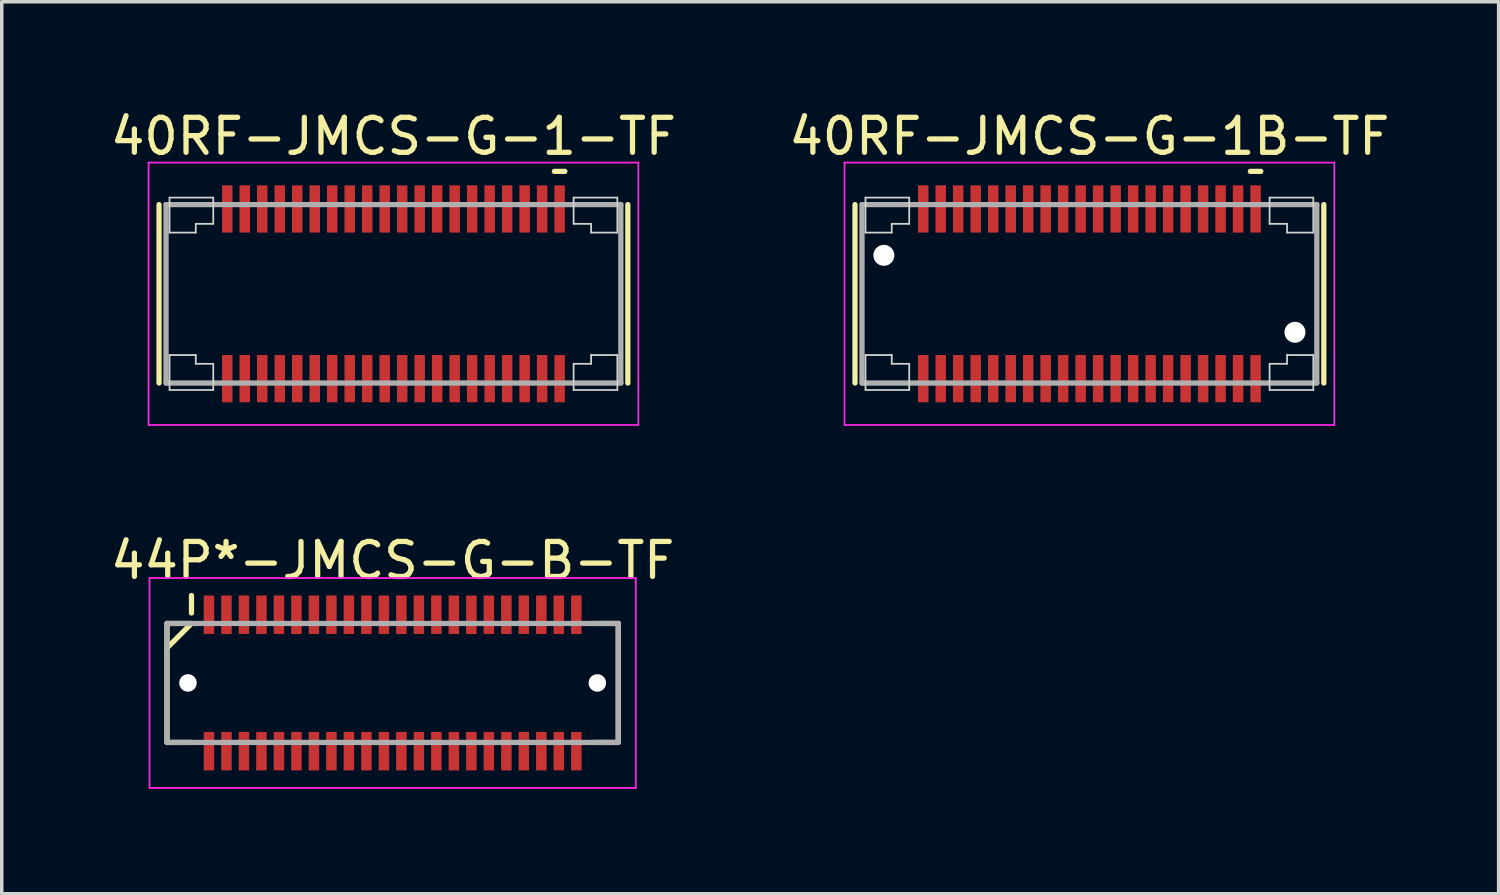
<source format=kicad_pcb>
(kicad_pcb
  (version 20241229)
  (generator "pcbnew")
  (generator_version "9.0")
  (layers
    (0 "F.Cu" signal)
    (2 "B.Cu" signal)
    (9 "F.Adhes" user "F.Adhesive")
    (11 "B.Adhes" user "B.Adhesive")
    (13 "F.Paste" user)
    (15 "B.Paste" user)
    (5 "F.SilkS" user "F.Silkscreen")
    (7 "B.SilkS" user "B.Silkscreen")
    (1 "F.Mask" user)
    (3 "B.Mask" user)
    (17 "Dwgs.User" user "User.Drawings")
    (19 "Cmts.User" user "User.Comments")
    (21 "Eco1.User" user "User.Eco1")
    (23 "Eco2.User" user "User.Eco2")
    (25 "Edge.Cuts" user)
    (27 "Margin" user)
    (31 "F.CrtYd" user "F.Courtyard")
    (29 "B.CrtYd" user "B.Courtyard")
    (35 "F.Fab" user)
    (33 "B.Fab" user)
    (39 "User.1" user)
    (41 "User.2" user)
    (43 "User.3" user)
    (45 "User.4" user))
  (footprint "40RF-JMCS-G-1-TF"
    (layer "F.Cu")
    (at 8.196 5.348)
    (property "Reference" "40RF-JMCS-G-1-TF" (at 0 -4.5 0) (layer "F.SilkS") (effects (font (size 1 1) (thickness 0.15))))
    (attr smd)
    (fp_line (start -6.7 -2.55) (end -6.7 2.55) (stroke (width 0.15) (type solid)) (layer "F.SilkS"))
    (fp_line (start 4.6 -3.5) (end 4.9 -3.5) (stroke (width 0.15) (type solid)) (layer "F.SilkS"))
    (fp_line (start 6.7 -2.55) (end 6.7 2.55) (stroke (width 0.15) (type solid)) (layer "F.SilkS"))
    (fp_line (start -6.4 -2.75) (end -6.4 -1.75) (stroke (width 0.05) (type solid)) (layer "Edge.Cuts"))
    (fp_line (start -6.4 -2.75) (end -5.15 -2.75) (stroke (width 0.05) (type solid)) (layer "Edge.Cuts"))
    (fp_line (start -6.4 -1.75) (end -5.65 -1.75) (stroke (width 0.05) (type solid)) (layer "Edge.Cuts"))
    (fp_line (start -6.4 1.75) (end -5.65 1.75) (stroke (width 0.05) (type solid)) (layer "Edge.Cuts"))
    (fp_line (start -6.4 2.75) (end -6.4 1.75) (stroke (width 0.05) (type solid)) (layer "Edge.Cuts"))
    (fp_line (start -6.4 2.75) (end -5.15 2.75) (stroke (width 0.05) (type solid)) (layer "Edge.Cuts"))
    (fp_line (start -5.65 -2) (end -5.65 -1.75) (stroke (width 0.05) (type solid)) (layer "Edge.Cuts"))
    (fp_line (start -5.65 -2) (end -5.15 -2) (stroke (width 0.05) (type solid)) (layer "Edge.Cuts"))
    (fp_line (start -5.65 2) (end -5.65 1.75) (stroke (width 0.05) (type solid)) (layer "Edge.Cuts"))
    (fp_line (start -5.65 2) (end -5.15 2) (stroke (width 0.05) (type solid)) (layer "Edge.Cuts"))
    (fp_line (start -5.15 -2.75) (end -5.15 -2) (stroke (width 0.05) (type solid)) (layer "Edge.Cuts"))
    (fp_line (start -5.15 2.75) (end -5.15 2) (stroke (width 0.05) (type solid)) (layer "Edge.Cuts"))
    (fp_line (start 5.15 -2.75) (end 5.15 -2) (stroke (width 0.05) (type solid)) (layer "Edge.Cuts"))
    (fp_line (start 5.15 2.75) (end 5.15 2) (stroke (width 0.05) (type solid)) (layer "Edge.Cuts"))
    (fp_line (start 5.65 -2) (end 5.15 -2) (stroke (width 0.05) (type solid)) (layer "Edge.Cuts"))
    (fp_line (start 5.65 -2) (end 5.65 -1.75) (stroke (width 0.05) (type solid)) (layer "Edge.Cuts"))
    (fp_line (start 5.65 2) (end 5.15 2) (stroke (width 0.05) (type solid)) (layer "Edge.Cuts"))
    (fp_line (start 5.65 2) (end 5.65 1.75) (stroke (width 0.05) (type solid)) (layer "Edge.Cuts"))
    (fp_line (start 6.4 -2.75) (end 5.15 -2.75) (stroke (width 0.05) (type solid)) (layer "Edge.Cuts"))
    (fp_line (start 6.4 -2.75) (end 6.4 -1.75) (stroke (width 0.05) (type solid)) (layer "Edge.Cuts"))
    (fp_line (start 6.4 -1.75) (end 5.65 -1.75) (stroke (width 0.05) (type solid)) (layer "Edge.Cuts"))
    (fp_line (start 6.4 1.75) (end 5.65 1.75) (stroke (width 0.05) (type solid)) (layer "Edge.Cuts"))
    (fp_line (start 6.4 2.75) (end 5.15 2.75) (stroke (width 0.05) (type solid)) (layer "Edge.Cuts"))
    (fp_line (start 6.4 2.75) (end 6.4 1.75) (stroke (width 0.05) (type solid)) (layer "Edge.Cuts"))
    (fp_line (start -7 -3.75) (end -7 3.75) (stroke (width 0.05) (type solid)) (layer "F.CrtYd"))
    (fp_line (start -7 -3.75) (end 7 -3.75) (stroke (width 0.05) (type solid)) (layer "F.CrtYd"))
    (fp_line (start -7 3.75) (end 7 3.75) (stroke (width 0.05) (type solid)) (layer "F.CrtYd"))
    (fp_line (start 7 -3.75) (end 7 3.75) (stroke (width 0.05) (type solid)) (layer "F.CrtYd"))
    (fp_line (start -6.5 -2.55) (end -6.5 2.55) (stroke (width 0.15) (type solid)) (layer "F.Fab"))
    (fp_line (start -6.5 -2.55) (end 6.5 -2.55) (stroke (width 0.15) (type solid)) (layer "F.Fab"))
    (fp_line (start -6.5 2.55) (end 6.5 2.55) (stroke (width 0.15) (type solid)) (layer "F.Fab"))
    (fp_line (start 6.5 -2.55) (end 6.5 2.55) (stroke (width 0.15) (type solid)) (layer "F.Fab"))
    (pad "1" smd rect (at 4.75 -2.425) (size 0.3 1.35) (layers "F.Cu" "F.Mask" "F.Paste"))
    (pad "2" smd rect (at 4.75 2.425) (size 0.3 1.35) (layers "F.Cu" "F.Mask" "F.Paste"))
    (pad "3" smd rect (at 4.25 -2.425) (size 0.3 1.35) (layers "F.Cu" "F.Mask" "F.Paste"))
    (pad "4" smd rect (at 4.25 2.425) (size 0.3 1.35) (layers "F.Cu" "F.Mask" "F.Paste"))
    (pad "5" smd rect (at 3.75 -2.425) (size 0.3 1.35) (layers "F.Cu" "F.Mask" "F.Paste"))
    (pad "6" smd rect (at 3.75 2.425) (size 0.3 1.35) (layers "F.Cu" "F.Mask" "F.Paste"))
    (pad "7" smd rect (at 3.25 -2.425) (size 0.3 1.35) (layers "F.Cu" "F.Mask" "F.Paste"))
    (pad "8" smd rect (at 3.25 2.425) (size 0.3 1.35) (layers "F.Cu" "F.Mask" "F.Paste"))
    (pad "9" smd rect (at 2.75 -2.425) (size 0.3 1.35) (layers "F.Cu" "F.Mask" "F.Paste"))
    (pad "10" smd rect (at 2.75 2.425) (size 0.3 1.35) (layers "F.Cu" "F.Mask" "F.Paste"))
    (pad "11" smd rect (at 2.25 -2.425) (size 0.3 1.35) (layers "F.Cu" "F.Mask" "F.Paste"))
    (pad "12" smd rect (at 2.25 2.425) (size 0.3 1.35) (layers "F.Cu" "F.Mask" "F.Paste"))
    (pad "13" smd rect (at 1.75 -2.425) (size 0.3 1.35) (layers "F.Cu" "F.Mask" "F.Paste"))
    (pad "14" smd rect (at 1.75 2.425) (size 0.3 1.35) (layers "F.Cu" "F.Mask" "F.Paste"))
    (pad "15" smd rect (at 1.25 -2.425) (size 0.3 1.35) (layers "F.Cu" "F.Mask" "F.Paste"))
    (pad "16" smd rect (at 1.25 2.425) (size 0.3 1.35) (layers "F.Cu" "F.Mask" "F.Paste"))
    (pad "17" smd rect (at 0.75 -2.425) (size 0.3 1.35) (layers "F.Cu" "F.Mask" "F.Paste"))
    (pad "18" smd rect (at 0.75 2.425) (size 0.3 1.35) (layers "F.Cu" "F.Mask" "F.Paste"))
    (pad "19" smd rect (at 0.25 -2.425) (size 0.3 1.35) (layers "F.Cu" "F.Mask" "F.Paste"))
    (pad "20" smd rect (at 0.25 2.425) (size 0.3 1.35) (layers "F.Cu" "F.Mask" "F.Paste"))
    (pad "21" smd rect (at -0.25 -2.425) (size 0.3 1.35) (layers "F.Cu" "F.Mask" "F.Paste"))
    (pad "22" smd rect (at -0.25 2.425) (size 0.3 1.35) (layers "F.Cu" "F.Mask" "F.Paste"))
    (pad "23" smd rect (at -0.75 -2.425) (size 0.3 1.35) (layers "F.Cu" "F.Mask" "F.Paste"))
    (pad "24" smd rect (at -0.75 2.425) (size 0.3 1.35) (layers "F.Cu" "F.Mask" "F.Paste"))
    (pad "25" smd rect (at -1.25 -2.425) (size 0.3 1.35) (layers "F.Cu" "F.Mask" "F.Paste"))
    (pad "26" smd rect (at -1.25 2.425) (size 0.3 1.35) (layers "F.Cu" "F.Mask" "F.Paste"))
    (pad "27" smd rect (at -1.75 -2.425) (size 0.3 1.35) (layers "F.Cu" "F.Mask" "F.Paste"))
    (pad "28" smd rect (at -1.75 2.425) (size 0.3 1.35) (layers "F.Cu" "F.Mask" "F.Paste"))
    (pad "29" smd rect (at -2.25 -2.425) (size 0.3 1.35) (layers "F.Cu" "F.Mask" "F.Paste"))
    (pad "30" smd rect (at -2.25 2.425) (size 0.3 1.35) (layers "F.Cu" "F.Mask" "F.Paste"))
    (pad "31" smd rect (at -2.75 -2.425) (size 0.3 1.35) (layers "F.Cu" "F.Mask" "F.Paste"))
    (pad "32" smd rect (at -2.75 2.425) (size 0.3 1.35) (layers "F.Cu" "F.Mask" "F.Paste"))
    (pad "33" smd rect (at -3.25 -2.425) (size 0.3 1.35) (layers "F.Cu" "F.Mask" "F.Paste"))
    (pad "34" smd rect (at -3.25 2.425) (size 0.3 1.35) (layers "F.Cu" "F.Mask" "F.Paste"))
    (pad "35" smd rect (at -3.75 -2.425) (size 0.3 1.35) (layers "F.Cu" "F.Mask" "F.Paste"))
    (pad "36" smd rect (at -3.75 2.425) (size 0.3 1.35) (layers "F.Cu" "F.Mask" "F.Paste"))
    (pad "37" smd rect (at -4.25 -2.425) (size 0.3 1.35) (layers "F.Cu" "F.Mask" "F.Paste"))
    (pad "38" smd rect (at -4.25 2.425) (size 0.3 1.35) (layers "F.Cu" "F.Mask" "F.Paste"))
    (pad "39" smd rect (at -4.75 -2.425) (size 0.3 1.35) (layers "F.Cu" "F.Mask" "F.Paste"))
    (pad "40" smd rect (at -4.75 2.425) (size 0.3 1.35) (layers "F.Cu" "F.Mask" "F.Paste")))
  (footprint "40RF-JMCS-G-1B-TF"
    (layer "F.Cu")
    (at 28.089 5.348)
    (property "Reference" "40RF-JMCS-G-1B-TF" (at 0 -4.5 0) (layer "F.SilkS") (effects (font (size 1 1) (thickness 0.15))))
    (attr smd)
    (fp_line (start -6.7 -2.55) (end -6.7 2.55) (stroke (width 0.15) (type solid)) (layer "F.SilkS"))
    (fp_line (start 4.6 -3.5) (end 4.9 -3.5) (stroke (width 0.15) (type solid)) (layer "F.SilkS"))
    (fp_line (start 6.7 -2.55) (end 6.7 2.55) (stroke (width 0.15) (type solid)) (layer "F.SilkS"))
    (fp_line (start -6.4 -2.75) (end -6.4 -1.75) (stroke (width 0.05) (type solid)) (layer "Edge.Cuts"))
    (fp_line (start -6.4 -2.75) (end -5.15 -2.75) (stroke (width 0.05) (type solid)) (layer "Edge.Cuts"))
    (fp_line (start -6.4 -1.75) (end -5.65 -1.75) (stroke (width 0.05) (type solid)) (layer "Edge.Cuts"))
    (fp_line (start -6.4 1.75) (end -5.65 1.75) (stroke (width 0.05) (type solid)) (layer "Edge.Cuts"))
    (fp_line (start -6.4 2.75) (end -6.4 1.75) (stroke (width 0.05) (type solid)) (layer "Edge.Cuts"))
    (fp_line (start -6.4 2.75) (end -5.15 2.75) (stroke (width 0.05) (type solid)) (layer "Edge.Cuts"))
    (fp_line (start -5.65 -2) (end -5.65 -1.75) (stroke (width 0.05) (type solid)) (layer "Edge.Cuts"))
    (fp_line (start -5.65 -2) (end -5.15 -2) (stroke (width 0.05) (type solid)) (layer "Edge.Cuts"))
    (fp_line (start -5.65 2) (end -5.65 1.75) (stroke (width 0.05) (type solid)) (layer "Edge.Cuts"))
    (fp_line (start -5.65 2) (end -5.15 2) (stroke (width 0.05) (type solid)) (layer "Edge.Cuts"))
    (fp_line (start -5.15 -2.75) (end -5.15 -2) (stroke (width 0.05) (type solid)) (layer "Edge.Cuts"))
    (fp_line (start -5.15 2.75) (end -5.15 2) (stroke (width 0.05) (type solid)) (layer "Edge.Cuts"))
    (fp_line (start 5.15 -2.75) (end 5.15 -2) (stroke (width 0.05) (type solid)) (layer "Edge.Cuts"))
    (fp_line (start 5.15 2.75) (end 5.15 2) (stroke (width 0.05) (type solid)) (layer "Edge.Cuts"))
    (fp_line (start 5.65 -2) (end 5.15 -2) (stroke (width 0.05) (type solid)) (layer "Edge.Cuts"))
    (fp_line (start 5.65 -2) (end 5.65 -1.75) (stroke (width 0.05) (type solid)) (layer "Edge.Cuts"))
    (fp_line (start 5.65 2) (end 5.15 2) (stroke (width 0.05) (type solid)) (layer "Edge.Cuts"))
    (fp_line (start 5.65 2) (end 5.65 1.75) (stroke (width 0.05) (type solid)) (layer "Edge.Cuts"))
    (fp_line (start 6.4 -2.75) (end 5.15 -2.75) (stroke (width 0.05) (type solid)) (layer "Edge.Cuts"))
    (fp_line (start 6.4 -2.75) (end 6.4 -1.75) (stroke (width 0.05) (type solid)) (layer "Edge.Cuts"))
    (fp_line (start 6.4 -1.75) (end 5.65 -1.75) (stroke (width 0.05) (type solid)) (layer "Edge.Cuts"))
    (fp_line (start 6.4 1.75) (end 5.65 1.75) (stroke (width 0.05) (type solid)) (layer "Edge.Cuts"))
    (fp_line (start 6.4 2.75) (end 5.15 2.75) (stroke (width 0.05) (type solid)) (layer "Edge.Cuts"))
    (fp_line (start 6.4 2.75) (end 6.4 1.75) (stroke (width 0.05) (type solid)) (layer "Edge.Cuts"))
    (fp_line (start -7 -3.75) (end -7 3.75) (stroke (width 0.05) (type solid)) (layer "F.CrtYd"))
    (fp_line (start -7 -3.75) (end 7 -3.75) (stroke (width 0.05) (type solid)) (layer "F.CrtYd"))
    (fp_line (start -7 3.75) (end 7 3.75) (stroke (width 0.05) (type solid)) (layer "F.CrtYd"))
    (fp_line (start 7 -3.75) (end 7 3.75) (stroke (width 0.05) (type solid)) (layer "F.CrtYd"))
    (fp_line (start -6.5 -2.55) (end -6.5 2.55) (stroke (width 0.15) (type solid)) (layer "F.Fab"))
    (fp_line (start -6.5 -2.55) (end 6.5 -2.55) (stroke (width 0.15) (type solid)) (layer "F.Fab"))
    (fp_line (start -6.5 2.55) (end 6.5 2.55) (stroke (width 0.15) (type solid)) (layer "F.Fab"))
    (fp_line (start 6.5 -2.55) (end 6.5 2.55) (stroke (width 0.15) (type solid)) (layer "F.Fab"))
    (pad "" np_thru_hole circle (at -5.875 -1.1) (size 0.6 0.6) (drill 0.6) (layers "*.Cu" "*.Mask"))
    (pad "" np_thru_hole circle (at 5.875 1.1) (size 0.6 0.6) (drill 0.6) (layers "*.Cu" "*.Mask"))
    (pad "1" smd rect (at 4.75 -2.425) (size 0.3 1.35) (layers "F.Cu" "F.Mask" "F.Paste"))
    (pad "2" smd rect (at 4.75 2.425) (size 0.3 1.35) (layers "F.Cu" "F.Mask" "F.Paste"))
    (pad "3" smd rect (at 4.25 -2.425) (size 0.3 1.35) (layers "F.Cu" "F.Mask" "F.Paste"))
    (pad "4" smd rect (at 4.25 2.425) (size 0.3 1.35) (layers "F.Cu" "F.Mask" "F.Paste"))
    (pad "5" smd rect (at 3.75 -2.425) (size 0.3 1.35) (layers "F.Cu" "F.Mask" "F.Paste"))
    (pad "6" smd rect (at 3.75 2.425) (size 0.3 1.35) (layers "F.Cu" "F.Mask" "F.Paste"))
    (pad "7" smd rect (at 3.25 -2.425) (size 0.3 1.35) (layers "F.Cu" "F.Mask" "F.Paste"))
    (pad "8" smd rect (at 3.25 2.425) (size 0.3 1.35) (layers "F.Cu" "F.Mask" "F.Paste"))
    (pad "9" smd rect (at 2.75 -2.425) (size 0.3 1.35) (layers "F.Cu" "F.Mask" "F.Paste"))
    (pad "10" smd rect (at 2.75 2.425) (size 0.3 1.35) (layers "F.Cu" "F.Mask" "F.Paste"))
    (pad "11" smd rect (at 2.25 -2.425) (size 0.3 1.35) (layers "F.Cu" "F.Mask" "F.Paste"))
    (pad "12" smd rect (at 2.25 2.425) (size 0.3 1.35) (layers "F.Cu" "F.Mask" "F.Paste"))
    (pad "13" smd rect (at 1.75 -2.425) (size 0.3 1.35) (layers "F.Cu" "F.Mask" "F.Paste"))
    (pad "14" smd rect (at 1.75 2.425) (size 0.3 1.35) (layers "F.Cu" "F.Mask" "F.Paste"))
    (pad "15" smd rect (at 1.25 -2.425) (size 0.3 1.35) (layers "F.Cu" "F.Mask" "F.Paste"))
    (pad "16" smd rect (at 1.25 2.425) (size 0.3 1.35) (layers "F.Cu" "F.Mask" "F.Paste"))
    (pad "17" smd rect (at 0.75 -2.425) (size 0.3 1.35) (layers "F.Cu" "F.Mask" "F.Paste"))
    (pad "18" smd rect (at 0.75 2.425) (size 0.3 1.35) (layers "F.Cu" "F.Mask" "F.Paste"))
    (pad "19" smd rect (at 0.25 -2.425) (size 0.3 1.35) (layers "F.Cu" "F.Mask" "F.Paste"))
    (pad "20" smd rect (at 0.25 2.425) (size 0.3 1.35) (layers "F.Cu" "F.Mask" "F.Paste"))
    (pad "21" smd rect (at -0.25 -2.425) (size 0.3 1.35) (layers "F.Cu" "F.Mask" "F.Paste"))
    (pad "22" smd rect (at -0.25 2.425) (size 0.3 1.35) (layers "F.Cu" "F.Mask" "F.Paste"))
    (pad "23" smd rect (at -0.75 -2.425) (size 0.3 1.35) (layers "F.Cu" "F.Mask" "F.Paste"))
    (pad "24" smd rect (at -0.75 2.425) (size 0.3 1.35) (layers "F.Cu" "F.Mask" "F.Paste"))
    (pad "25" smd rect (at -1.25 -2.425) (size 0.3 1.35) (layers "F.Cu" "F.Mask" "F.Paste"))
    (pad "26" smd rect (at -1.25 2.425) (size 0.3 1.35) (layers "F.Cu" "F.Mask" "F.Paste"))
    (pad "27" smd rect (at -1.75 -2.425) (size 0.3 1.35) (layers "F.Cu" "F.Mask" "F.Paste"))
    (pad "28" smd rect (at -1.75 2.425) (size 0.3 1.35) (layers "F.Cu" "F.Mask" "F.Paste"))
    (pad "29" smd rect (at -2.25 -2.425) (size 0.3 1.35) (layers "F.Cu" "F.Mask" "F.Paste"))
    (pad "30" smd rect (at -2.25 2.425) (size 0.3 1.35) (layers "F.Cu" "F.Mask" "F.Paste"))
    (pad "31" smd rect (at -2.75 -2.425) (size 0.3 1.35) (layers "F.Cu" "F.Mask" "F.Paste"))
    (pad "32" smd rect (at -2.75 2.425) (size 0.3 1.35) (layers "F.Cu" "F.Mask" "F.Paste"))
    (pad "33" smd rect (at -3.25 -2.425) (size 0.3 1.35) (layers "F.Cu" "F.Mask" "F.Paste"))
    (pad "34" smd rect (at -3.25 2.425) (size 0.3 1.35) (layers "F.Cu" "F.Mask" "F.Paste"))
    (pad "35" smd rect (at -3.75 -2.425) (size 0.3 1.35) (layers "F.Cu" "F.Mask" "F.Paste"))
    (pad "36" smd rect (at -3.75 2.425) (size 0.3 1.35) (layers "F.Cu" "F.Mask" "F.Paste"))
    (pad "37" smd rect (at -4.25 -2.425) (size 0.3 1.35) (layers "F.Cu" "F.Mask" "F.Paste"))
    (pad "38" smd rect (at -4.25 2.425) (size 0.3 1.35) (layers "F.Cu" "F.Mask" "F.Paste"))
    (pad "39" smd rect (at -4.75 -2.425) (size 0.3 1.35) (layers "F.Cu" "F.Mask" "F.Paste"))
    (pad "40" smd rect (at -4.75 2.425) (size 0.3 1.35) (layers "F.Cu" "F.Mask" "F.Paste")))
  (footprint "44P*-JMCS-G-B-TF"
    (layer "F.Cu")
    (at 8.173 16.471)
    (property "Reference" "44P*-JMCS-G-B-TF" (at 0 -3.5 0) (layer "F.SilkS") (effects (font (size 1 1) (thickness 0.15))))
    (attr smd)
    (fp_line (start -6.45 -1.7) (end -6.45 1.7) (stroke (width 0.15) (type solid)) (layer "F.SilkS"))
    (fp_line (start -6.45 -1.7) (end -5.75 -1.7) (stroke (width 0.15) (type solid)) (layer "F.SilkS"))
    (fp_line (start -6.45 1.7) (end -5.75 1.7) (stroke (width 0.15) (type solid)) (layer "F.SilkS"))
    (fp_line (start -5.75 -2.5) (end -5.75 -2) (stroke (width 0.15) (type solid)) (layer "F.SilkS"))
    (fp_line (start -5.75 -1.7) (end -6.45 -1) (stroke (width 0.15) (type solid)) (layer "F.SilkS"))
    (fp_line (start 5.75 -1.7) (end 6.45 -1.7) (stroke (width 0.15) (type solid)) (layer "F.SilkS"))
    (fp_line (start 5.75 1.7) (end 6.45 1.7) (stroke (width 0.15) (type solid)) (layer "F.SilkS"))
    (fp_line (start 6.45 -1.7) (end 6.45 1.7) (stroke (width 0.15) (type solid)) (layer "F.SilkS"))
    (fp_line (start -6.95 -3) (end -6.95 3) (stroke (width 0.05) (type solid)) (layer "F.CrtYd"))
    (fp_line (start -6.95 -3) (end 6.95 -3) (stroke (width 0.05) (type solid)) (layer "F.CrtYd"))
    (fp_line (start -6.95 3) (end 6.95 3) (stroke (width 0.05) (type solid)) (layer "F.CrtYd"))
    (fp_line (start 6.95 -3) (end 6.95 3) (stroke (width 0.05) (type solid)) (layer "F.CrtYd"))
    (fp_line (start -6.45 -1.7) (end -6.45 1.7) (stroke (width 0.15) (type solid)) (layer "F.Fab"))
    (fp_line (start -6.45 -1.7) (end 6.45 -1.7) (stroke (width 0.15) (type solid)) (layer "F.Fab"))
    (fp_line (start -6.45 1.7) (end 6.45 1.7) (stroke (width 0.15) (type solid)) (layer "F.Fab"))
    (fp_line (start 6.45 -1.7) (end 6.45 1.7) (stroke (width 0.15) (type solid)) (layer "F.Fab"))
    (pad "" np_thru_hole circle (at -5.85 0) (size 0.5 0.5) (drill 0.5) (layers "*.Cu" "*.Mask"))
    (pad "" np_thru_hole circle (at 5.85 0) (size 0.5 0.5) (drill 0.5) (layers "*.Cu" "*.Mask"))
    (pad "1" smd rect (at -5.25 -1.95) (size 0.3 1.1) (layers "F.Cu" "F.Mask" "F.Paste"))
    (pad "2" smd rect (at -5.25 1.95) (size 0.3 1.1) (layers "F.Cu" "F.Mask" "F.Paste"))
    (pad "3" smd rect (at -4.75 -1.95) (size 0.3 1.1) (layers "F.Cu" "F.Mask" "F.Paste"))
    (pad "4" smd rect (at -4.75 1.95) (size 0.3 1.1) (layers "F.Cu" "F.Mask" "F.Paste"))
    (pad "5" smd rect (at -4.25 -1.95) (size 0.3 1.1) (layers "F.Cu" "F.Mask" "F.Paste"))
    (pad "6" smd rect (at -4.25 1.95) (size 0.3 1.1) (layers "F.Cu" "F.Mask" "F.Paste"))
    (pad "7" smd rect (at -3.75 -1.95) (size 0.3 1.1) (layers "F.Cu" "F.Mask" "F.Paste"))
    (pad "8" smd rect (at -3.75 1.95) (size 0.3 1.1) (layers "F.Cu" "F.Mask" "F.Paste"))
    (pad "9" smd rect (at -3.25 -1.95) (size 0.3 1.1) (layers "F.Cu" "F.Mask" "F.Paste"))
    (pad "10" smd rect (at -3.25 1.95) (size 0.3 1.1) (layers "F.Cu" "F.Mask" "F.Paste"))
    (pad "11" smd rect (at -2.75 -1.95) (size 0.3 1.1) (layers "F.Cu" "F.Mask" "F.Paste"))
    (pad "12" smd rect (at -2.75 1.95) (size 0.3 1.1) (layers "F.Cu" "F.Mask" "F.Paste"))
    (pad "13" smd rect (at -2.25 -1.95) (size 0.3 1.1) (layers "F.Cu" "F.Mask" "F.Paste"))
    (pad "14" smd rect (at -2.25 1.95) (size 0.3 1.1) (layers "F.Cu" "F.Mask" "F.Paste"))
    (pad "15" smd rect (at -1.75 -1.95) (size 0.3 1.1) (layers "F.Cu" "F.Mask" "F.Paste"))
    (pad "16" smd rect (at -1.75 1.95) (size 0.3 1.1) (layers "F.Cu" "F.Mask" "F.Paste"))
    (pad "17" smd rect (at -1.25 -1.95) (size 0.3 1.1) (layers "F.Cu" "F.Mask" "F.Paste"))
    (pad "18" smd rect (at -1.25 1.95) (size 0.3 1.1) (layers "F.Cu" "F.Mask" "F.Paste"))
    (pad "19" smd rect (at -0.75 -1.95) (size 0.3 1.1) (layers "F.Cu" "F.Mask" "F.Paste"))
    (pad "20" smd rect (at -0.75 1.95) (size 0.3 1.1) (layers "F.Cu" "F.Mask" "F.Paste"))
    (pad "21" smd rect (at -0.25 -1.95) (size 0.3 1.1) (layers "F.Cu" "F.Mask" "F.Paste"))
    (pad "22" smd rect (at -0.25 1.95) (size 0.3 1.1) (layers "F.Cu" "F.Mask" "F.Paste"))
    (pad "23" smd rect (at 0.25 -1.95) (size 0.3 1.1) (layers "F.Cu" "F.Mask" "F.Paste"))
    (pad "24" smd rect (at 0.25 1.95) (size 0.3 1.1) (layers "F.Cu" "F.Mask" "F.Paste"))
    (pad "25" smd rect (at 0.75 -1.95) (size 0.3 1.1) (layers "F.Cu" "F.Mask" "F.Paste"))
    (pad "26" smd rect (at 0.75 1.95) (size 0.3 1.1) (layers "F.Cu" "F.Mask" "F.Paste"))
    (pad "27" smd rect (at 1.25 -1.95) (size 0.3 1.1) (layers "F.Cu" "F.Mask" "F.Paste"))
    (pad "28" smd rect (at 1.25 1.95) (size 0.3 1.1) (layers "F.Cu" "F.Mask" "F.Paste"))
    (pad "29" smd rect (at 1.75 -1.95) (size 0.3 1.1) (layers "F.Cu" "F.Mask" "F.Paste"))
    (pad "30" smd rect (at 1.75 1.95) (size 0.3 1.1) (layers "F.Cu" "F.Mask" "F.Paste"))
    (pad "31" smd rect (at 2.25 -1.95) (size 0.3 1.1) (layers "F.Cu" "F.Mask" "F.Paste"))
    (pad "32" smd rect (at 2.25 1.95) (size 0.3 1.1) (layers "F.Cu" "F.Mask" "F.Paste"))
    (pad "33" smd rect (at 2.75 -1.95) (size 0.3 1.1) (layers "F.Cu" "F.Mask" "F.Paste"))
    (pad "34" smd rect (at 2.75 1.95) (size 0.3 1.1) (layers "F.Cu" "F.Mask" "F.Paste"))
    (pad "35" smd rect (at 3.25 -1.95) (size 0.3 1.1) (layers "F.Cu" "F.Mask" "F.Paste"))
    (pad "36" smd rect (at 3.25 1.95) (size 0.3 1.1) (layers "F.Cu" "F.Mask" "F.Paste"))
    (pad "37" smd rect (at 3.75 -1.95) (size 0.3 1.1) (layers "F.Cu" "F.Mask" "F.Paste"))
    (pad "38" smd rect (at 3.75 1.95) (size 0.3 1.1) (layers "F.Cu" "F.Mask" "F.Paste"))
    (pad "39" smd rect (at 4.25 -1.95) (size 0.3 1.1) (layers "F.Cu" "F.Mask" "F.Paste"))
    (pad "40" smd rect (at 4.25 1.95) (size 0.3 1.1) (layers "F.Cu" "F.Mask" "F.Paste"))
    (pad "41" smd rect (at 4.75 -1.95) (size 0.3 1.1) (layers "F.Cu" "F.Mask" "F.Paste"))
    (pad "42" smd rect (at 4.75 1.95) (size 0.3 1.1) (layers "F.Cu" "F.Mask" "F.Paste"))
    (pad "43" smd rect (at 5.25 -1.95) (size 0.3 1.1) (layers "F.Cu" "F.Mask" "F.Paste"))
    (pad "44" smd rect (at 5.25 1.95) (size 0.3 1.1) (layers "F.Cu" "F.Mask" "F.Paste")))
  (gr_rect
    (start -3 -3)
    (end 39.786 22.497)
    (stroke (width 0.1) (type default))
    (fill no)
    (layer "Edge.Cuts")))
</source>
